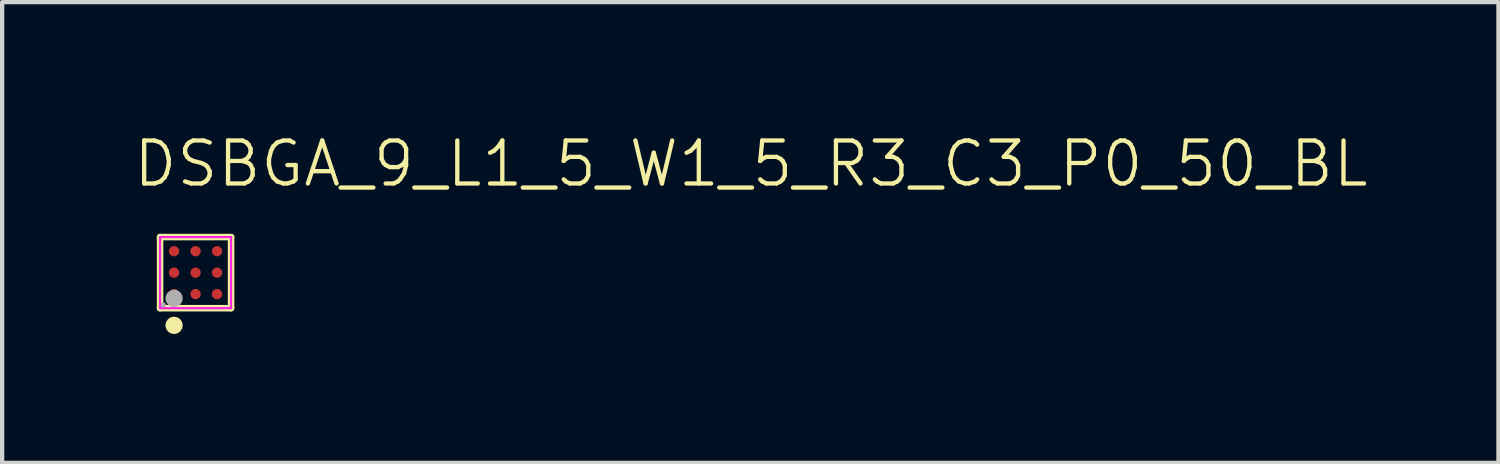
<source format=kicad_pcb>
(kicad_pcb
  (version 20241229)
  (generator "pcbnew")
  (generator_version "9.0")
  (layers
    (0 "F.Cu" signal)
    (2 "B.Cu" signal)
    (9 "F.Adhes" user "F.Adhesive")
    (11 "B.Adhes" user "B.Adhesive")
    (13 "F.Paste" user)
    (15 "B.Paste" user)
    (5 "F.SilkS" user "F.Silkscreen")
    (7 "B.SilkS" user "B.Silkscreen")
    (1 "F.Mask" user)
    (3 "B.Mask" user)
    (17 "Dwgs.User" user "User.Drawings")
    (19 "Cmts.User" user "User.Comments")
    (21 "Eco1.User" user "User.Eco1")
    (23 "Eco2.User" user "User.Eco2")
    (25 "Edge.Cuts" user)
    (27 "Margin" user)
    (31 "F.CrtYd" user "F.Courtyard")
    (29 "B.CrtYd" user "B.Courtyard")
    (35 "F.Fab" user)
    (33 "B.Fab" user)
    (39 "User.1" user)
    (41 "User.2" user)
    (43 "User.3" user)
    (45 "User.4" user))
  (footprint "DSBGA_9_L1_5_W1_5_R3_C3_P0_50_BL"
    (layer "F.Cu")
    (at 1.5 3.293)
    (property "Reference" "DSBGA_9_L1_5_W1_5_R3_C3_P0_50_BL" (at -1.5 -2.532 0) (layer "F.SilkS") (effects (font (size 1 1) (thickness 0.1)) (justify left)))
    (fp_line (start -0.826 -0.827) (end 0.826 -0.827) (stroke (width 0.152) (type solid)) (layer "F.SilkS"))
    (fp_line (start -0.826 0.827) (end -0.826 -0.827) (stroke (width 0.152) (type solid)) (layer "F.SilkS"))
    (fp_line (start 0.826 -0.827) (end 0.826 0.827) (stroke (width 0.152) (type solid)) (layer "F.SilkS"))
    (fp_line (start 0.826 0.827) (end -0.826 0.827) (stroke (width 0.152) (type solid)) (layer "F.SilkS"))
    (fp_arc (start -0.4 1.2265) (mid -0.6 1.2265) (end -0.4 1.2265) (stroke (width 0.2) (type solid)) (layer "F.SilkS"))
    (fp_poly (pts (xy -0.65 -0.395) (xy -0.65 -0.605) (xy -0.605 -0.649) (xy -0.395 -0.649) (xy -0.35 -0.605) (xy -0.35 -0.395) (xy -0.395 -0.349) (xy -0.605 -0.349) (xy -0.65 -0.395)) (stroke (width 0) (type solid)) (fill yes) (layer "F.Paste"))
    (fp_poly (pts (xy -0.65 0.105) (xy -0.65 -0.104) (xy -0.605 -0.149) (xy -0.395 -0.149) (xy -0.35 -0.104) (xy -0.35 0.105) (xy -0.395 0.15) (xy -0.605 0.15) (xy -0.65 0.105)) (stroke (width 0) (type solid)) (fill yes) (layer "F.Paste"))
    (fp_poly (pts (xy -0.65 0.606) (xy -0.65 0.396) (xy -0.605 0.35) (xy -0.395 0.35) (xy -0.35 0.396) (xy -0.35 0.606) (xy -0.395 0.65) (xy -0.605 0.65) (xy -0.65 0.606)) (stroke (width 0) (type solid)) (fill yes) (layer "F.Paste"))
    (fp_poly (pts (xy -0.15 -0.395) (xy -0.15 -0.605) (xy -0.105 -0.649) (xy 0.105 -0.649) (xy 0.15 -0.605) (xy 0.15 -0.395) (xy 0.105 -0.349) (xy -0.105 -0.349) (xy -0.15 -0.395)) (stroke (width 0) (type solid)) (fill yes) (layer "F.Paste"))
    (fp_poly (pts (xy -0.15 0.105) (xy -0.15 -0.104) (xy -0.105 -0.149) (xy 0.105 -0.149) (xy 0.15 -0.104) (xy 0.15 0.105) (xy 0.105 0.15) (xy -0.105 0.15) (xy -0.15 0.105)) (stroke (width 0) (type solid)) (fill yes) (layer "F.Paste"))
    (fp_poly (pts (xy -0.15 0.606) (xy -0.15 0.396) (xy -0.105 0.35) (xy 0.105 0.35) (xy 0.15 0.396) (xy 0.15 0.606) (xy 0.105 0.65) (xy -0.105 0.65) (xy -0.15 0.606)) (stroke (width 0) (type solid)) (fill yes) (layer "F.Paste"))
    (fp_poly (pts (xy 0.35 -0.395) (xy 0.35 -0.605) (xy 0.395 -0.649) (xy 0.605 -0.649) (xy 0.65 -0.605) (xy 0.65 -0.395) (xy 0.605 -0.349) (xy 0.395 -0.349) (xy 0.35 -0.395)) (stroke (width 0) (type solid)) (fill yes) (layer "F.Paste"))
    (fp_poly (pts (xy 0.35 0.105) (xy 0.35 -0.104) (xy 0.395 -0.149) (xy 0.605 -0.149) (xy 0.65 -0.104) (xy 0.65 0.105) (xy 0.605 0.15) (xy 0.395 0.15) (xy 0.35 0.105)) (stroke (width 0) (type solid)) (fill yes) (layer "F.Paste"))
    (fp_poly (pts (xy 0.35 0.606) (xy 0.35 0.396) (xy 0.395 0.35) (xy 0.605 0.35) (xy 0.65 0.396) (xy 0.65 0.606) (xy 0.605 0.65) (xy 0.395 0.65) (xy 0.35 0.606)) (stroke (width 0) (type solid)) (fill yes) (layer "F.Paste"))
    (fp_line (start -0.826 -0.827) (end -0.826 0.827) (stroke (width 0.05) (type solid)) (layer "F.CrtYd"))
    (fp_line (start -0.826 0.827) (end 0.826 0.827) (stroke (width 0.05) (type solid)) (layer "F.CrtYd"))
    (fp_line (start 0.826 -0.827) (end -0.826 -0.827) (stroke (width 0.05) (type solid)) (layer "F.CrtYd"))
    (fp_line (start 0.826 0.827) (end 0.826 -0.827) (stroke (width 0.05) (type solid)) (layer "F.CrtYd"))
    (fp_arc (start -0.72 0.7505) (mid -0.78 0.7505) (end -0.72 0.7505) (stroke (width 0.06) (type solid)) (layer "F.Fab"))
    (fp_arc (start -0.4 0.5995) (mid -0.6 0.5995) (end -0.4 0.5995) (stroke (width 0.2) (type solid)) (layer "F.Fab"))
    (pad "A1" smd circle (at -0.5 0.5) (size 0.24 0.24) (layers "F.Cu" "F.Mask"))
    (pad "A2" smd circle (at -0.5 0.001) (size 0.24 0.24) (layers "F.Cu" "F.Mask"))
    (pad "A3" smd circle (at -0.5 -0.499) (size 0.24 0.24) (layers "F.Cu" "F.Mask"))
    (pad "B1" smd circle (at 0 0.5) (size 0.24 0.24) (layers "F.Cu" "F.Mask"))
    (pad "B2" smd circle (at 0 0.001) (size 0.24 0.24) (layers "F.Cu" "F.Mask"))
    (pad "B3" smd circle (at 0 -0.499) (size 0.24 0.24) (layers "F.Cu" "F.Mask"))
    (pad "C1" smd circle (at 0.5 0.5) (size 0.24 0.24) (layers "F.Cu" "F.Mask"))
    (pad "C2" smd circle (at 0.5 0.001) (size 0.24 0.24) (layers "F.Cu" "F.Mask"))
    (pad "C3" smd circle (at 0.5 -0.499) (size 0.24 0.24) (layers "F.Cu" "F.Mask")))
  (gr_rect
    (start -3 -3)
    (end 31.814 7.719)
    (stroke (width 0.1) (type default))
    (fill no)
    (layer "Edge.Cuts")))
</source>
